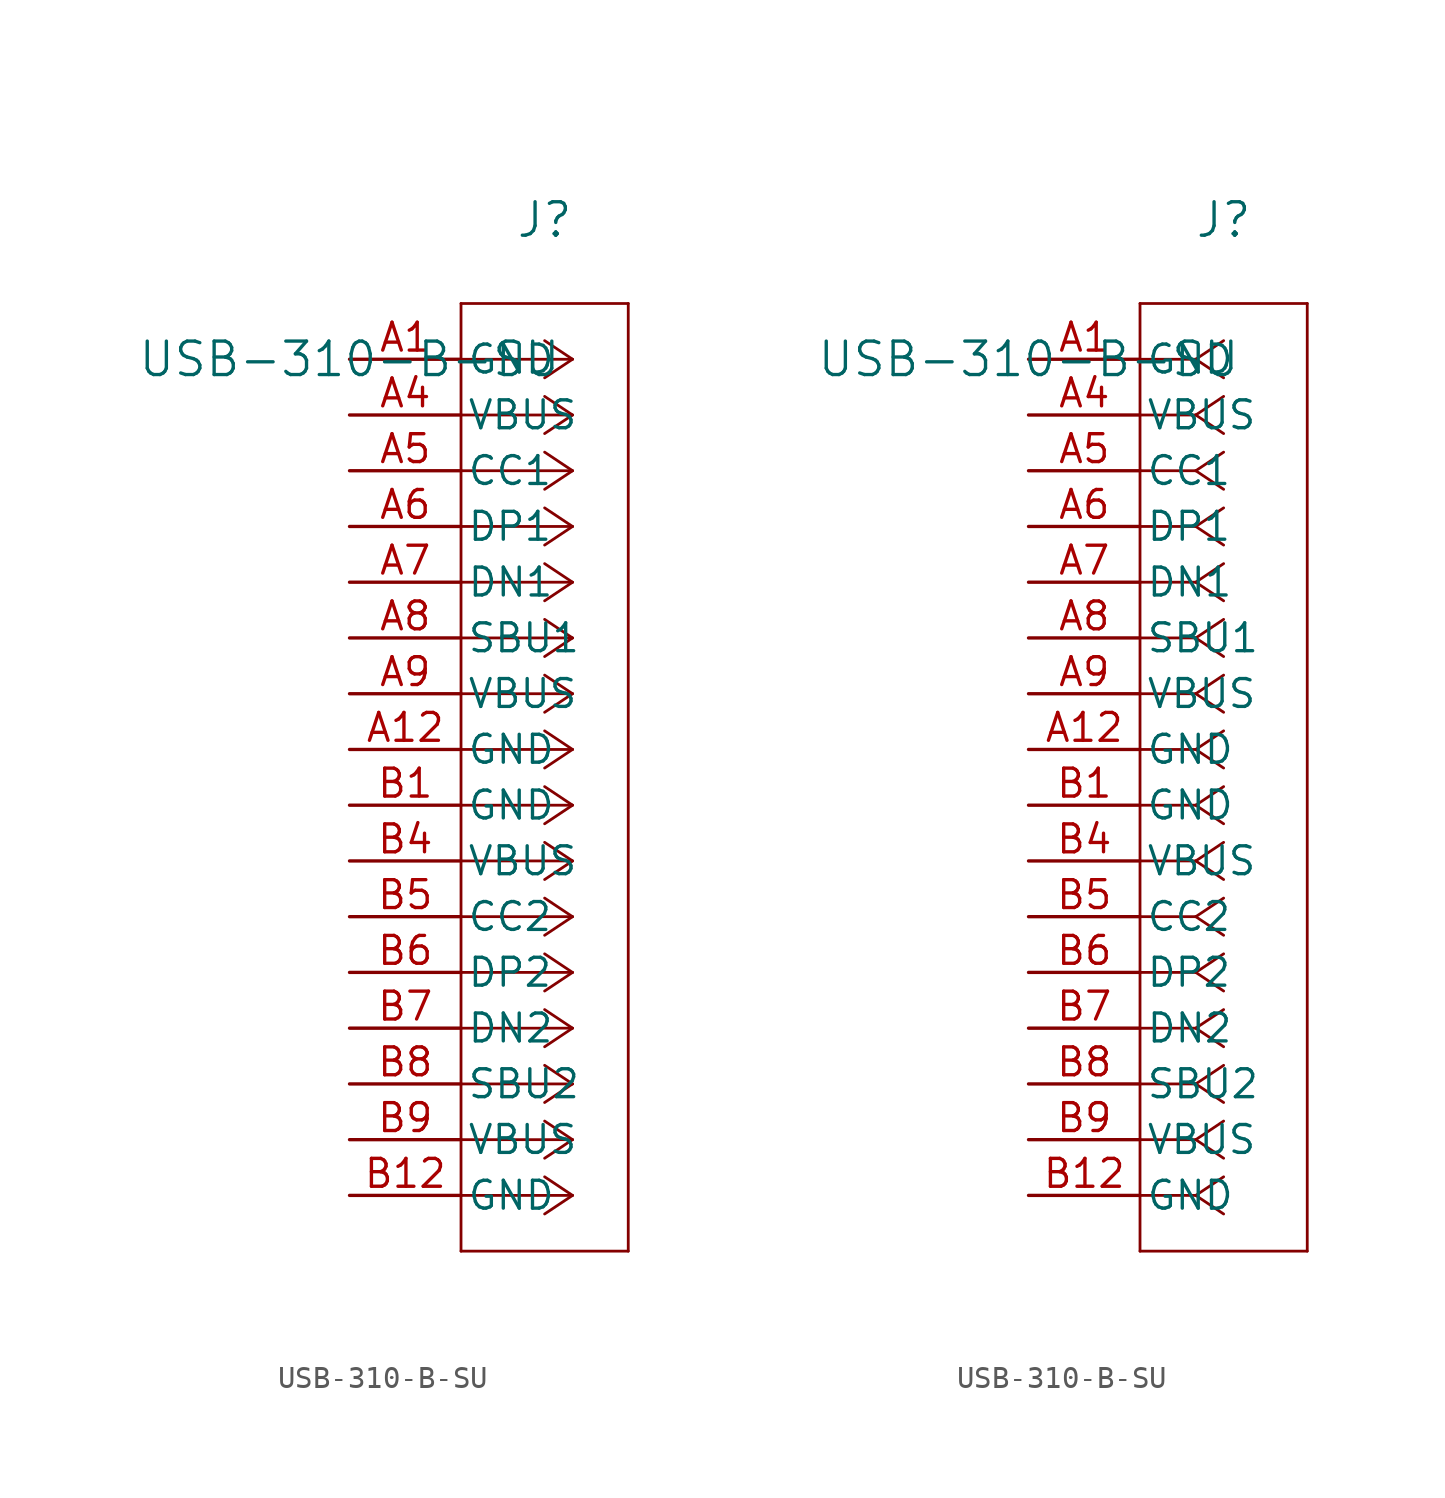
<source format=kicad_sym>
(kicad_symbol_lib
  (version 20211014)
  (generator kicad_symbol_editor)
  (symbol "USB-310-B-SU"
    (pin_names
      (offset 0.254))
    (property "Reference" "J"
      (at 8.89 6.35 0)
      (effects (font (size 1.524 1.524))))
    (property "Value" "USB-310-B-SU"
      (at 0 0 0)
      (effects (font (size 1.524 1.524))))
    (symbol "USB-310-B-SU_1_1"
      (polyline (pts (xy 10.16 0) (xy 5.08 0)) (stroke (width 0.127) (type default) (color 0 0 0 0)) (fill (type none)))
      (polyline (pts (xy 10.16 -2.54) (xy 5.08 -2.54)) (stroke (width 0.127) (type default) (color 0 0 0 0)) (fill (type none)))
      (polyline (pts (xy 10.16 -5.08) (xy 5.08 -5.08)) (stroke (width 0.127) (type default) (color 0 0 0 0)) (fill (type none)))
      (polyline (pts (xy 10.16 -7.62) (xy 5.08 -7.62)) (stroke (width 0.127) (type default) (color 0 0 0 0)) (fill (type none)))
      (polyline (pts (xy 10.16 -10.16) (xy 5.08 -10.16)) (stroke (width 0.127) (type default) (color 0 0 0 0)) (fill (type none)))
      (polyline (pts (xy 10.16 -12.7) (xy 5.08 -12.7)) (stroke (width 0.127) (type default) (color 0 0 0 0)) (fill (type none)))
      (polyline (pts (xy 10.16 -15.24) (xy 5.08 -15.24)) (stroke (width 0.127) (type default) (color 0 0 0 0)) (fill (type none)))
      (polyline (pts (xy 10.16 -17.78) (xy 5.08 -17.78)) (stroke (width 0.127) (type default) (color 0 0 0 0)) (fill (type none)))
      (polyline (pts (xy 10.16 -20.32) (xy 5.08 -20.32)) (stroke (width 0.127) (type default) (color 0 0 0 0)) (fill (type none)))
      (polyline (pts (xy 10.16 -22.86) (xy 5.08 -22.86)) (stroke (width 0.127) (type default) (color 0 0 0 0)) (fill (type none)))
      (polyline (pts (xy 10.16 -25.4) (xy 5.08 -25.4)) (stroke (width 0.127) (type default) (color 0 0 0 0)) (fill (type none)))
      (polyline (pts (xy 10.16 -27.94) (xy 5.08 -27.94)) (stroke (width 0.127) (type default) (color 0 0 0 0)) (fill (type none)))
      (polyline (pts (xy 10.16 -30.48) (xy 5.08 -30.48)) (stroke (width 0.127) (type default) (color 0 0 0 0)) (fill (type none)))
      (polyline (pts (xy 10.16 -33.02) (xy 5.08 -33.02)) (stroke (width 0.127) (type default) (color 0 0 0 0)) (fill (type none)))
      (polyline (pts (xy 10.16 -35.56) (xy 5.08 -35.56)) (stroke (width 0.127) (type default) (color 0 0 0 0)) (fill (type none)))
      (polyline (pts (xy 10.16 -38.1) (xy 5.08 -38.1)) (stroke (width 0.127) (type default) (color 0 0 0 0)) (fill (type none)))
      (polyline (pts (xy 10.16 0) (xy 8.89 0.847)) (stroke (width 0.127) (type default) (color 0 0 0 0)) (fill (type none)))
      (polyline (pts (xy 10.16 -2.54) (xy 8.89 -1.693)) (stroke (width 0.127) (type default) (color 0 0 0 0)) (fill (type none)))
      (polyline (pts (xy 10.16 -5.08) (xy 8.89 -4.233)) (stroke (width 0.127) (type default) (color 0 0 0 0)) (fill (type none)))
      (polyline (pts (xy 10.16 -7.62) (xy 8.89 -6.773)) (stroke (width 0.127) (type default) (color 0 0 0 0)) (fill (type none)))
      (polyline (pts (xy 10.16 -10.16) (xy 8.89 -9.313)) (stroke (width 0.127) (type default) (color 0 0 0 0)) (fill (type none)))
      (polyline (pts (xy 10.16 -12.7) (xy 8.89 -11.853)) (stroke (width 0.127) (type default) (color 0 0 0 0)) (fill (type none)))
      (polyline (pts (xy 10.16 -15.24) (xy 8.89 -14.393)) (stroke (width 0.127) (type default) (color 0 0 0 0)) (fill (type none)))
      (polyline (pts (xy 10.16 -17.78) (xy 8.89 -16.933)) (stroke (width 0.127) (type default) (color 0 0 0 0)) (fill (type none)))
      (polyline (pts (xy 10.16 -20.32) (xy 8.89 -19.473)) (stroke (width 0.127) (type default) (color 0 0 0 0)) (fill (type none)))
      (polyline (pts (xy 10.16 -22.86) (xy 8.89 -22.013)) (stroke (width 0.127) (type default) (color 0 0 0 0)) (fill (type none)))
      (polyline (pts (xy 10.16 -25.4) (xy 8.89 -24.553)) (stroke (width 0.127) (type default) (color 0 0 0 0)) (fill (type none)))
      (polyline (pts (xy 10.16 -27.94) (xy 8.89 -27.093)) (stroke (width 0.127) (type default) (color 0 0 0 0)) (fill (type none)))
      (polyline (pts (xy 10.16 -30.48) (xy 8.89 -29.633)) (stroke (width 0.127) (type default) (color 0 0 0 0)) (fill (type none)))
      (polyline (pts (xy 10.16 -33.02) (xy 8.89 -32.173)) (stroke (width 0.127) (type default) (color 0 0 0 0)) (fill (type none)))
      (polyline (pts (xy 10.16 -35.56) (xy 8.89 -34.713)) (stroke (width 0.127) (type default) (color 0 0 0 0)) (fill (type none)))
      (polyline (pts (xy 10.16 -38.1) (xy 8.89 -37.253)) (stroke (width 0.127) (type default) (color 0 0 0 0)) (fill (type none)))
      (polyline (pts (xy 10.16 0) (xy 8.89 -0.847)) (stroke (width 0.127) (type default) (color 0 0 0 0)) (fill (type none)))
      (polyline (pts (xy 10.16 -2.54) (xy 8.89 -3.387)) (stroke (width 0.127) (type default) (color 0 0 0 0)) (fill (type none)))
      (polyline (pts (xy 10.16 -5.08) (xy 8.89 -5.927)) (stroke (width 0.127) (type default) (color 0 0 0 0)) (fill (type none)))
      (polyline (pts (xy 10.16 -7.62) (xy 8.89 -8.467)) (stroke (width 0.127) (type default) (color 0 0 0 0)) (fill (type none)))
      (polyline (pts (xy 10.16 -10.16) (xy 8.89 -11.007)) (stroke (width 0.127) (type default) (color 0 0 0 0)) (fill (type none)))
      (polyline (pts (xy 10.16 -12.7) (xy 8.89 -13.547)) (stroke (width 0.127) (type default) (color 0 0 0 0)) (fill (type none)))
      (polyline (pts (xy 10.16 -15.24) (xy 8.89 -16.087)) (stroke (width 0.127) (type default) (color 0 0 0 0)) (fill (type none)))
      (polyline (pts (xy 10.16 -17.78) (xy 8.89 -18.627)) (stroke (width 0.127) (type default) (color 0 0 0 0)) (fill (type none)))
      (polyline (pts (xy 10.16 -20.32) (xy 8.89 -21.167)) (stroke (width 0.127) (type default) (color 0 0 0 0)) (fill (type none)))
      (polyline (pts (xy 10.16 -22.86) (xy 8.89 -23.707)) (stroke (width 0.127) (type default) (color 0 0 0 0)) (fill (type none)))
      (polyline (pts (xy 10.16 -25.4) (xy 8.89 -26.247)) (stroke (width 0.127) (type default) (color 0 0 0 0)) (fill (type none)))
      (polyline (pts (xy 10.16 -27.94) (xy 8.89 -28.787)) (stroke (width 0.127) (type default) (color 0 0 0 0)) (fill (type none)))
      (polyline (pts (xy 10.16 -30.48) (xy 8.89 -31.327)) (stroke (width 0.127) (type default) (color 0 0 0 0)) (fill (type none)))
      (polyline (pts (xy 10.16 -33.02) (xy 8.89 -33.867)) (stroke (width 0.127) (type default) (color 0 0 0 0)) (fill (type none)))
      (polyline (pts (xy 10.16 -35.56) (xy 8.89 -36.407)) (stroke (width 0.127) (type default) (color 0 0 0 0)) (fill (type none)))
      (polyline (pts (xy 10.16 -38.1) (xy 8.89 -38.947)) (stroke (width 0.127) (type default) (color 0 0 0 0)) (fill (type none)))
      (polyline (pts (xy 5.08 2.54) (xy 5.08 -40.64)) (stroke (width 0.127) (type default) (color 0 0 0 0)) (fill (type none)))
      (polyline (pts (xy 5.08 -40.64) (xy 12.7 -40.64)) (stroke (width 0.127) (type default) (color 0 0 0 0)) (fill (type none)))
      (polyline (pts (xy 12.7 -40.64) (xy 12.7 2.54)) (stroke (width 0.127) (type default) (color 0 0 0 0)) (fill (type none)))
      (polyline (pts (xy 12.7 2.54) (xy 5.08 2.54)) (stroke (width 0.127) (type default) (color 0 0 0 0)) (fill (type none)))
      (pin unspecified line (at 0 0 0) (length 5.08) (name "GND" (effects (font (size 1.27 1.27)))) (number "A1" (effects (font (size 1.27 1.27)))))
      (pin unspecified line (at 0 -2.54 0) (length 5.08) (name "VBUS" (effects (font (size 1.27 1.27)))) (number "A4" (effects (font (size 1.27 1.27)))))
      (pin unspecified line (at 0 -5.08 0) (length 5.08) (name "CC1" (effects (font (size 1.27 1.27)))) (number "A5" (effects (font (size 1.27 1.27)))))
      (pin unspecified line (at 0 -7.62 0) (length 5.08) (name "DP1" (effects (font (size 1.27 1.27)))) (number "A6" (effects (font (size 1.27 1.27)))))
      (pin unspecified line (at 0 -10.16 0) (length 5.08) (name "DN1" (effects (font (size 1.27 1.27)))) (number "A7" (effects (font (size 1.27 1.27)))))
      (pin unspecified line (at 0 -12.7 0) (length 5.08) (name "SBU1" (effects (font (size 1.27 1.27)))) (number "A8" (effects (font (size 1.27 1.27)))))
      (pin unspecified line (at 0 -15.24 0) (length 5.08) (name "VBUS" (effects (font (size 1.27 1.27)))) (number "A9" (effects (font (size 1.27 1.27)))))
      (pin unspecified line (at 0 -17.78 0) (length 5.08) (name "GND" (effects (font (size 1.27 1.27)))) (number "A12" (effects (font (size 1.27 1.27)))))
      (pin unspecified line (at 0 -20.32 0) (length 5.08) (name "GND" (effects (font (size 1.27 1.27)))) (number "B1" (effects (font (size 1.27 1.27)))))
      (pin unspecified line (at 0 -22.86 0) (length 5.08) (name "VBUS" (effects (font (size 1.27 1.27)))) (number "B4" (effects (font (size 1.27 1.27)))))
      (pin unspecified line (at 0 -25.4 0) (length 5.08) (name "CC2" (effects (font (size 1.27 1.27)))) (number "B5" (effects (font (size 1.27 1.27)))))
      (pin unspecified line (at 0 -27.94 0) (length 5.08) (name "DP2" (effects (font (size 1.27 1.27)))) (number "B6" (effects (font (size 1.27 1.27)))))
      (pin unspecified line (at 0 -30.48 0) (length 5.08) (name "DN2" (effects (font (size 1.27 1.27)))) (number "B7" (effects (font (size 1.27 1.27)))))
      (pin unspecified line (at 0 -33.02 0) (length 5.08) (name "SBU2" (effects (font (size 1.27 1.27)))) (number "B8" (effects (font (size 1.27 1.27)))))
      (pin unspecified line (at 0 -35.56 0) (length 5.08) (name "VBUS" (effects (font (size 1.27 1.27)))) (number "B9" (effects (font (size 1.27 1.27)))))
      (pin unspecified line (at 0 -38.1 0) (length 5.08) (name "GND" (effects (font (size 1.27 1.27)))) (number "B12" (effects (font (size 1.27 1.27))))))
    (symbol "USB-310-B-SU_1_2"
      (polyline (pts (xy 7.62 0) (xy 5.08 0)) (stroke (width 0.127) (type default) (color 0 0 0 0)) (fill (type none)))
      (polyline (pts (xy 7.62 -2.54) (xy 5.08 -2.54)) (stroke (width 0.127) (type default) (color 0 0 0 0)) (fill (type none)))
      (polyline (pts (xy 7.62 -5.08) (xy 5.08 -5.08)) (stroke (width 0.127) (type default) (color 0 0 0 0)) (fill (type none)))
      (polyline (pts (xy 7.62 -7.62) (xy 5.08 -7.62)) (stroke (width 0.127) (type default) (color 0 0 0 0)) (fill (type none)))
      (polyline (pts (xy 7.62 -10.16) (xy 5.08 -10.16)) (stroke (width 0.127) (type default) (color 0 0 0 0)) (fill (type none)))
      (polyline (pts (xy 7.62 -12.7) (xy 5.08 -12.7)) (stroke (width 0.127) (type default) (color 0 0 0 0)) (fill (type none)))
      (polyline (pts (xy 7.62 -15.24) (xy 5.08 -15.24)) (stroke (width 0.127) (type default) (color 0 0 0 0)) (fill (type none)))
      (polyline (pts (xy 7.62 -17.78) (xy 5.08 -17.78)) (stroke (width 0.127) (type default) (color 0 0 0 0)) (fill (type none)))
      (polyline (pts (xy 7.62 -20.32) (xy 5.08 -20.32)) (stroke (width 0.127) (type default) (color 0 0 0 0)) (fill (type none)))
      (polyline (pts (xy 7.62 -22.86) (xy 5.08 -22.86)) (stroke (width 0.127) (type default) (color 0 0 0 0)) (fill (type none)))
      (polyline (pts (xy 7.62 -25.4) (xy 5.08 -25.4)) (stroke (width 0.127) (type default) (color 0 0 0 0)) (fill (type none)))
      (polyline (pts (xy 7.62 -27.94) (xy 5.08 -27.94)) (stroke (width 0.127) (type default) (color 0 0 0 0)) (fill (type none)))
      (polyline (pts (xy 7.62 -30.48) (xy 5.08 -30.48)) (stroke (width 0.127) (type default) (color 0 0 0 0)) (fill (type none)))
      (polyline (pts (xy 7.62 -33.02) (xy 5.08 -33.02)) (stroke (width 0.127) (type default) (color 0 0 0 0)) (fill (type none)))
      (polyline (pts (xy 7.62 -35.56) (xy 5.08 -35.56)) (stroke (width 0.127) (type default) (color 0 0 0 0)) (fill (type none)))
      (polyline (pts (xy 7.62 -38.1) (xy 5.08 -38.1)) (stroke (width 0.127) (type default) (color 0 0 0 0)) (fill (type none)))
      (polyline (pts (xy 7.62 0) (xy 8.89 0.847)) (stroke (width 0.127) (type default) (color 0 0 0 0)) (fill (type none)))
      (polyline (pts (xy 7.62 -2.54) (xy 8.89 -1.693)) (stroke (width 0.127) (type default) (color 0 0 0 0)) (fill (type none)))
      (polyline (pts (xy 7.62 -5.08) (xy 8.89 -4.233)) (stroke (width 0.127) (type default) (color 0 0 0 0)) (fill (type none)))
      (polyline (pts (xy 7.62 -7.62) (xy 8.89 -6.773)) (stroke (width 0.127) (type default) (color 0 0 0 0)) (fill (type none)))
      (polyline (pts (xy 7.62 -10.16) (xy 8.89 -9.313)) (stroke (width 0.127) (type default) (color 0 0 0 0)) (fill (type none)))
      (polyline (pts (xy 7.62 -12.7) (xy 8.89 -11.853)) (stroke (width 0.127) (type default) (color 0 0 0 0)) (fill (type none)))
      (polyline (pts (xy 7.62 -15.24) (xy 8.89 -14.393)) (stroke (width 0.127) (type default) (color 0 0 0 0)) (fill (type none)))
      (polyline (pts (xy 7.62 -17.78) (xy 8.89 -16.933)) (stroke (width 0.127) (type default) (color 0 0 0 0)) (fill (type none)))
      (polyline (pts (xy 7.62 -20.32) (xy 8.89 -19.473)) (stroke (width 0.127) (type default) (color 0 0 0 0)) (fill (type none)))
      (polyline (pts (xy 7.62 -22.86) (xy 8.89 -22.013)) (stroke (width 0.127) (type default) (color 0 0 0 0)) (fill (type none)))
      (polyline (pts (xy 7.62 -25.4) (xy 8.89 -24.553)) (stroke (width 0.127) (type default) (color 0 0 0 0)) (fill (type none)))
      (polyline (pts (xy 7.62 -27.94) (xy 8.89 -27.093)) (stroke (width 0.127) (type default) (color 0 0 0 0)) (fill (type none)))
      (polyline (pts (xy 7.62 -30.48) (xy 8.89 -29.633)) (stroke (width 0.127) (type default) (color 0 0 0 0)) (fill (type none)))
      (polyline (pts (xy 7.62 -33.02) (xy 8.89 -32.173)) (stroke (width 0.127) (type default) (color 0 0 0 0)) (fill (type none)))
      (polyline (pts (xy 7.62 -35.56) (xy 8.89 -34.713)) (stroke (width 0.127) (type default) (color 0 0 0 0)) (fill (type none)))
      (polyline (pts (xy 7.62 -38.1) (xy 8.89 -37.253)) (stroke (width 0.127) (type default) (color 0 0 0 0)) (fill (type none)))
      (polyline (pts (xy 7.62 0) (xy 8.89 -0.847)) (stroke (width 0.127) (type default) (color 0 0 0 0)) (fill (type none)))
      (polyline (pts (xy 7.62 -2.54) (xy 8.89 -3.387)) (stroke (width 0.127) (type default) (color 0 0 0 0)) (fill (type none)))
      (polyline (pts (xy 7.62 -5.08) (xy 8.89 -5.927)) (stroke (width 0.127) (type default) (color 0 0 0 0)) (fill (type none)))
      (polyline (pts (xy 7.62 -7.62) (xy 8.89 -8.467)) (stroke (width 0.127) (type default) (color 0 0 0 0)) (fill (type none)))
      (polyline (pts (xy 7.62 -10.16) (xy 8.89 -11.007)) (stroke (width 0.127) (type default) (color 0 0 0 0)) (fill (type none)))
      (polyline (pts (xy 7.62 -12.7) (xy 8.89 -13.547)) (stroke (width 0.127) (type default) (color 0 0 0 0)) (fill (type none)))
      (polyline (pts (xy 7.62 -15.24) (xy 8.89 -16.087)) (stroke (width 0.127) (type default) (color 0 0 0 0)) (fill (type none)))
      (polyline (pts (xy 7.62 -17.78) (xy 8.89 -18.627)) (stroke (width 0.127) (type default) (color 0 0 0 0)) (fill (type none)))
      (polyline (pts (xy 7.62 -20.32) (xy 8.89 -21.167)) (stroke (width 0.127) (type default) (color 0 0 0 0)) (fill (type none)))
      (polyline (pts (xy 7.62 -22.86) (xy 8.89 -23.707)) (stroke (width 0.127) (type default) (color 0 0 0 0)) (fill (type none)))
      (polyline (pts (xy 7.62 -25.4) (xy 8.89 -26.247)) (stroke (width 0.127) (type default) (color 0 0 0 0)) (fill (type none)))
      (polyline (pts (xy 7.62 -27.94) (xy 8.89 -28.787)) (stroke (width 0.127) (type default) (color 0 0 0 0)) (fill (type none)))
      (polyline (pts (xy 7.62 -30.48) (xy 8.89 -31.327)) (stroke (width 0.127) (type default) (color 0 0 0 0)) (fill (type none)))
      (polyline (pts (xy 7.62 -33.02) (xy 8.89 -33.867)) (stroke (width 0.127) (type default) (color 0 0 0 0)) (fill (type none)))
      (polyline (pts (xy 7.62 -35.56) (xy 8.89 -36.407)) (stroke (width 0.127) (type default) (color 0 0 0 0)) (fill (type none)))
      (polyline (pts (xy 7.62 -38.1) (xy 8.89 -38.947)) (stroke (width 0.127) (type default) (color 0 0 0 0)) (fill (type none)))
      (polyline (pts (xy 5.08 2.54) (xy 5.08 -40.64)) (stroke (width 0.127) (type default) (color 0 0 0 0)) (fill (type none)))
      (polyline (pts (xy 5.08 -40.64) (xy 12.7 -40.64)) (stroke (width 0.127) (type default) (color 0 0 0 0)) (fill (type none)))
      (polyline (pts (xy 12.7 -40.64) (xy 12.7 2.54)) (stroke (width 0.127) (type default) (color 0 0 0 0)) (fill (type none)))
      (polyline (pts (xy 12.7 2.54) (xy 5.08 2.54)) (stroke (width 0.127) (type default) (color 0 0 0 0)) (fill (type none)))
      (pin unspecified line (at 0 0 0) (length 5.08) (name "GND" (effects (font (size 1.27 1.27)))) (number "A1" (effects (font (size 1.27 1.27)))))
      (pin unspecified line (at 0 -2.54 0) (length 5.08) (name "VBUS" (effects (font (size 1.27 1.27)))) (number "A4" (effects (font (size 1.27 1.27)))))
      (pin unspecified line (at 0 -5.08 0) (length 5.08) (name "CC1" (effects (font (size 1.27 1.27)))) (number "A5" (effects (font (size 1.27 1.27)))))
      (pin unspecified line (at 0 -7.62 0) (length 5.08) (name "DP1" (effects (font (size 1.27 1.27)))) (number "A6" (effects (font (size 1.27 1.27)))))
      (pin unspecified line (at 0 -10.16 0) (length 5.08) (name "DN1" (effects (font (size 1.27 1.27)))) (number "A7" (effects (font (size 1.27 1.27)))))
      (pin unspecified line (at 0 -12.7 0) (length 5.08) (name "SBU1" (effects (font (size 1.27 1.27)))) (number "A8" (effects (font (size 1.27 1.27)))))
      (pin unspecified line (at 0 -15.24 0) (length 5.08) (name "VBUS" (effects (font (size 1.27 1.27)))) (number "A9" (effects (font (size 1.27 1.27)))))
      (pin unspecified line (at 0 -17.78 0) (length 5.08) (name "GND" (effects (font (size 1.27 1.27)))) (number "A12" (effects (font (size 1.27 1.27)))))
      (pin unspecified line (at 0 -20.32 0) (length 5.08) (name "GND" (effects (font (size 1.27 1.27)))) (number "B1" (effects (font (size 1.27 1.27)))))
      (pin unspecified line (at 0 -22.86 0) (length 5.08) (name "VBUS" (effects (font (size 1.27 1.27)))) (number "B4" (effects (font (size 1.27 1.27)))))
      (pin unspecified line (at 0 -25.4 0) (length 5.08) (name "CC2" (effects (font (size 1.27 1.27)))) (number "B5" (effects (font (size 1.27 1.27)))))
      (pin unspecified line (at 0 -27.94 0) (length 5.08) (name "DP2" (effects (font (size 1.27 1.27)))) (number "B6" (effects (font (size 1.27 1.27)))))
      (pin unspecified line (at 0 -30.48 0) (length 5.08) (name "DN2" (effects (font (size 1.27 1.27)))) (number "B7" (effects (font (size 1.27 1.27)))))
      (pin unspecified line (at 0 -33.02 0) (length 5.08) (name "SBU2" (effects (font (size 1.27 1.27)))) (number "B8" (effects (font (size 1.27 1.27)))))
      (pin unspecified line (at 0 -35.56 0) (length 5.08) (name "VBUS" (effects (font (size 1.27 1.27)))) (number "B9" (effects (font (size 1.27 1.27)))))
      (pin unspecified line (at 0 -38.1 0) (length 5.08) (name "GND" (effects (font (size 1.27 1.27)))) (number "B12" (effects (font (size 1.27 1.27))))))))
</source>
